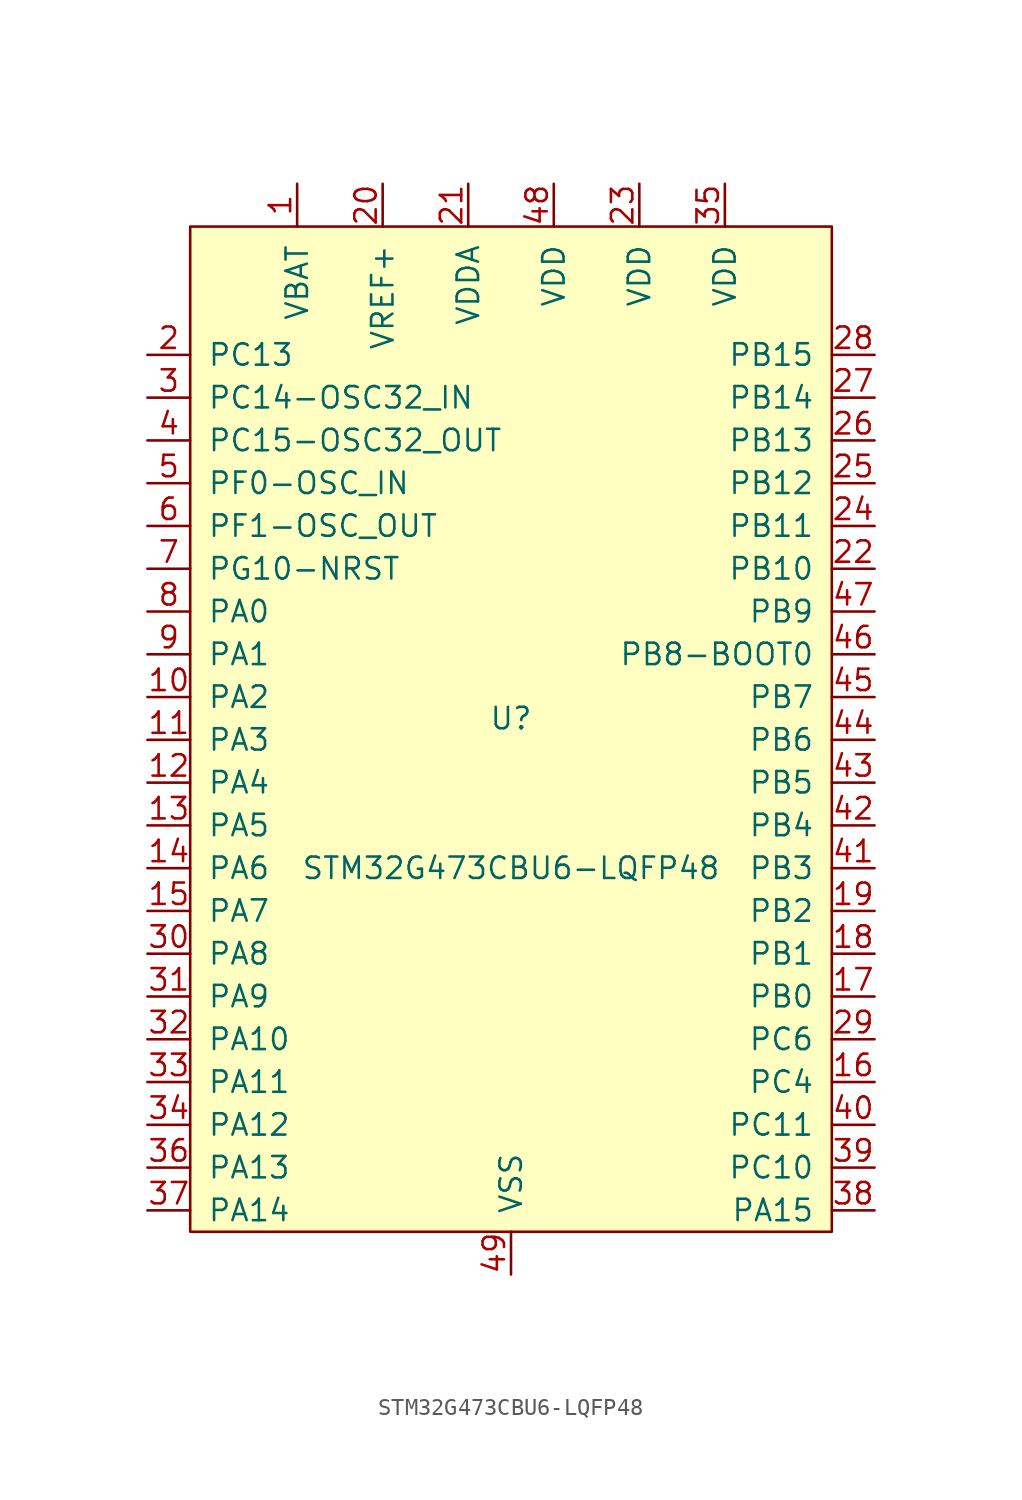
<source format=kicad_sym>
(kicad_symbol_lib
  (version 20211014)
  (generator kicad_symbol_editor)
  (symbol "STM32G473CBU6-LQFP48"
    (pin_names
      (offset 1.016))
    (property "Reference" "U"
      (at 0 5.08 0)
      (effects (font (size 1.27 1.27))))
    (property "Value" "STM32G473CBU6-LQFP48"
      (at 0 -3.81 0)
      (effects (font (size 1.27 1.27))))
    (symbol "STM32G473CBU6-LQFP48_0_1"
      (rectangle (start -19.05 34.29) (end 19.05 -25.4) (stroke (width 0) (type default) (color 0 0 0 0)) (fill (type background))))
    (symbol "STM32G473CBU6-LQFP48_1_1"
      (pin power_in line (at -12.7 36.83 270) (length 2.54) (name "VBAT" (effects (font (size 1.27 1.27)))) (number "1" (effects (font (size 1.27 1.27)))))
      (pin bidirectional line (at -21.59 6.35 0) (length 2.54) (name "PA2" (effects (font (size 1.27 1.27)))) (number "10" (effects (font (size 1.27 1.27)))))
      (pin bidirectional line (at -21.59 3.81 0) (length 2.54) (name "PA3" (effects (font (size 1.27 1.27)))) (number "11" (effects (font (size 1.27 1.27)))))
      (pin bidirectional line (at -21.59 1.27 0) (length 2.54) (name "PA4" (effects (font (size 1.27 1.27)))) (number "12" (effects (font (size 1.27 1.27)))))
      (pin bidirectional line (at -21.59 -1.27 0) (length 2.54) (name "PA5" (effects (font (size 1.27 1.27)))) (number "13" (effects (font (size 1.27 1.27)))))
      (pin bidirectional line (at -21.59 -3.81 0) (length 2.54) (name "PA6" (effects (font (size 1.27 1.27)))) (number "14" (effects (font (size 1.27 1.27)))))
      (pin bidirectional line (at -21.59 -6.35 0) (length 2.54) (name "PA7" (effects (font (size 1.27 1.27)))) (number "15" (effects (font (size 1.27 1.27)))))
      (pin bidirectional line (at 21.59 -16.51 180) (length 2.54) (name "PC4" (effects (font (size 1.27 1.27)))) (number "16" (effects (font (size 1.27 1.27)))))
      (pin bidirectional line (at 21.59 -11.43 180) (length 2.54) (name "PB0" (effects (font (size 1.27 1.27)))) (number "17" (effects (font (size 1.27 1.27)))))
      (pin bidirectional line (at 21.59 -8.89 180) (length 2.54) (name "PB1" (effects (font (size 1.27 1.27)))) (number "18" (effects (font (size 1.27 1.27)))))
      (pin bidirectional line (at 21.59 -6.35 180) (length 2.54) (name "PB2" (effects (font (size 1.27 1.27)))) (number "19" (effects (font (size 1.27 1.27)))))
      (pin bidirectional line (at -21.59 26.67 0) (length 2.54) (name "PC13" (effects (font (size 1.27 1.27)))) (number "2" (effects (font (size 1.27 1.27)))))
      (pin power_in line (at -7.62 36.83 270) (length 2.54) (name "VREF+" (effects (font (size 1.27 1.27)))) (number "20" (effects (font (size 1.27 1.27)))))
      (pin power_in line (at -2.54 36.83 270) (length 2.54) (name "VDDA" (effects (font (size 1.27 1.27)))) (number "21" (effects (font (size 1.27 1.27)))))
      (pin bidirectional line (at 21.59 13.97 180) (length 2.54) (name "PB10" (effects (font (size 1.27 1.27)))) (number "22" (effects (font (size 1.27 1.27)))))
      (pin power_in line (at 7.62 36.83 270) (length 2.54) (name "VDD" (effects (font (size 1.27 1.27)))) (number "23" (effects (font (size 1.27 1.27)))))
      (pin bidirectional line (at 21.59 16.51 180) (length 2.54) (name "PB11" (effects (font (size 1.27 1.27)))) (number "24" (effects (font (size 1.27 1.27)))))
      (pin bidirectional line (at 21.59 19.05 180) (length 2.54) (name "PB12" (effects (font (size 1.27 1.27)))) (number "25" (effects (font (size 1.27 1.27)))))
      (pin bidirectional line (at 21.59 21.59 180) (length 2.54) (name "PB13" (effects (font (size 1.27 1.27)))) (number "26" (effects (font (size 1.27 1.27)))))
      (pin bidirectional line (at 21.59 24.13 180) (length 2.54) (name "PB14" (effects (font (size 1.27 1.27)))) (number "27" (effects (font (size 1.27 1.27)))))
      (pin bidirectional line (at 21.59 26.67 180) (length 2.54) (name "PB15" (effects (font (size 1.27 1.27)))) (number "28" (effects (font (size 1.27 1.27)))))
      (pin bidirectional line (at 21.59 -13.97 180) (length 2.54) (name "PC6" (effects (font (size 1.27 1.27)))) (number "29" (effects (font (size 1.27 1.27)))))
      (pin bidirectional line (at -21.59 24.13 0) (length 2.54) (name "PC14-OSC32_IN" (effects (font (size 1.27 1.27)))) (number "3" (effects (font (size 1.27 1.27)))))
      (pin bidirectional line (at -21.59 -8.89 0) (length 2.54) (name "PA8" (effects (font (size 1.27 1.27)))) (number "30" (effects (font (size 1.27 1.27)))))
      (pin bidirectional line (at -21.59 -11.43 0) (length 2.54) (name "PA9" (effects (font (size 1.27 1.27)))) (number "31" (effects (font (size 1.27 1.27)))))
      (pin bidirectional line (at -21.59 -13.97 0) (length 2.54) (name "PA10" (effects (font (size 1.27 1.27)))) (number "32" (effects (font (size 1.27 1.27)))))
      (pin bidirectional line (at -21.59 -16.51 0) (length 2.54) (name "PA11" (effects (font (size 1.27 1.27)))) (number "33" (effects (font (size 1.27 1.27)))))
      (pin bidirectional line (at -21.59 -19.05 0) (length 2.54) (name "PA12" (effects (font (size 1.27 1.27)))) (number "34" (effects (font (size 1.27 1.27)))))
      (pin power_in line (at 12.7 36.83 270) (length 2.54) (name "VDD" (effects (font (size 1.27 1.27)))) (number "35" (effects (font (size 1.27 1.27)))))
      (pin bidirectional line (at -21.59 -21.59 0) (length 2.54) (name "PA13" (effects (font (size 1.27 1.27)))) (number "36" (effects (font (size 1.27 1.27)))))
      (pin bidirectional line (at -21.59 -24.13 0) (length 2.54) (name "PA14" (effects (font (size 1.27 1.27)))) (number "37" (effects (font (size 1.27 1.27)))))
      (pin bidirectional line (at 21.59 -24.13 180) (length 2.54) (name "PA15" (effects (font (size 1.27 1.27)))) (number "38" (effects (font (size 1.27 1.27)))))
      (pin bidirectional line (at 21.59 -21.59 180) (length 2.54) (name "PC10" (effects (font (size 1.27 1.27)))) (number "39" (effects (font (size 1.27 1.27)))))
      (pin bidirectional line (at -21.59 21.59 0) (length 2.54) (name "PC15-OSC32_OUT" (effects (font (size 1.27 1.27)))) (number "4" (effects (font (size 1.27 1.27)))))
      (pin bidirectional line (at 21.59 -19.05 180) (length 2.54) (name "PC11" (effects (font (size 1.27 1.27)))) (number "40" (effects (font (size 1.27 1.27)))))
      (pin bidirectional line (at 21.59 -3.81 180) (length 2.54) (name "PB3" (effects (font (size 1.27 1.27)))) (number "41" (effects (font (size 1.27 1.27)))))
      (pin bidirectional line (at 21.59 -1.27 180) (length 2.54) (name "PB4" (effects (font (size 1.27 1.27)))) (number "42" (effects (font (size 1.27 1.27)))))
      (pin bidirectional line (at 21.59 1.27 180) (length 2.54) (name "PB5" (effects (font (size 1.27 1.27)))) (number "43" (effects (font (size 1.27 1.27)))))
      (pin bidirectional line (at 21.59 3.81 180) (length 2.54) (name "PB6" (effects (font (size 1.27 1.27)))) (number "44" (effects (font (size 1.27 1.27)))))
      (pin bidirectional line (at 21.59 6.35 180) (length 2.54) (name "PB7" (effects (font (size 1.27 1.27)))) (number "45" (effects (font (size 1.27 1.27)))))
      (pin bidirectional line (at 21.59 8.89 180) (length 2.54) (name "PB8-BOOT0" (effects (font (size 1.27 1.27)))) (number "46" (effects (font (size 1.27 1.27)))))
      (pin bidirectional line (at 21.59 11.43 180) (length 2.54) (name "PB9" (effects (font (size 1.27 1.27)))) (number "47" (effects (font (size 1.27 1.27)))))
      (pin power_in line (at 2.54 36.83 270) (length 2.54) (name "VDD" (effects (font (size 1.27 1.27)))) (number "48" (effects (font (size 1.27 1.27)))))
      (pin bidirectional line (at 0 -27.94 90) (length 2.54) (name "VSS" (effects (font (size 1.27 1.27)))) (number "49" (effects (font (size 1.27 1.27)))))
      (pin bidirectional line (at -21.59 19.05 0) (length 2.54) (name "PF0-OSC_IN" (effects (font (size 1.27 1.27)))) (number "5" (effects (font (size 1.27 1.27)))))
      (pin bidirectional line (at -21.59 16.51 0) (length 2.54) (name "PF1-OSC_OUT" (effects (font (size 1.27 1.27)))) (number "6" (effects (font (size 1.27 1.27)))))
      (pin bidirectional line (at -21.59 13.97 0) (length 2.54) (name "PG10-NRST" (effects (font (size 1.27 1.27)))) (number "7" (effects (font (size 1.27 1.27)))))
      (pin bidirectional line (at -21.59 11.43 0) (length 2.54) (name "PA0" (effects (font (size 1.27 1.27)))) (number "8" (effects (font (size 1.27 1.27)))))
      (pin bidirectional line (at -21.59 8.89 0) (length 2.54) (name "PA1" (effects (font (size 1.27 1.27)))) (number "9" (effects (font (size 1.27 1.27))))))))
</source>
